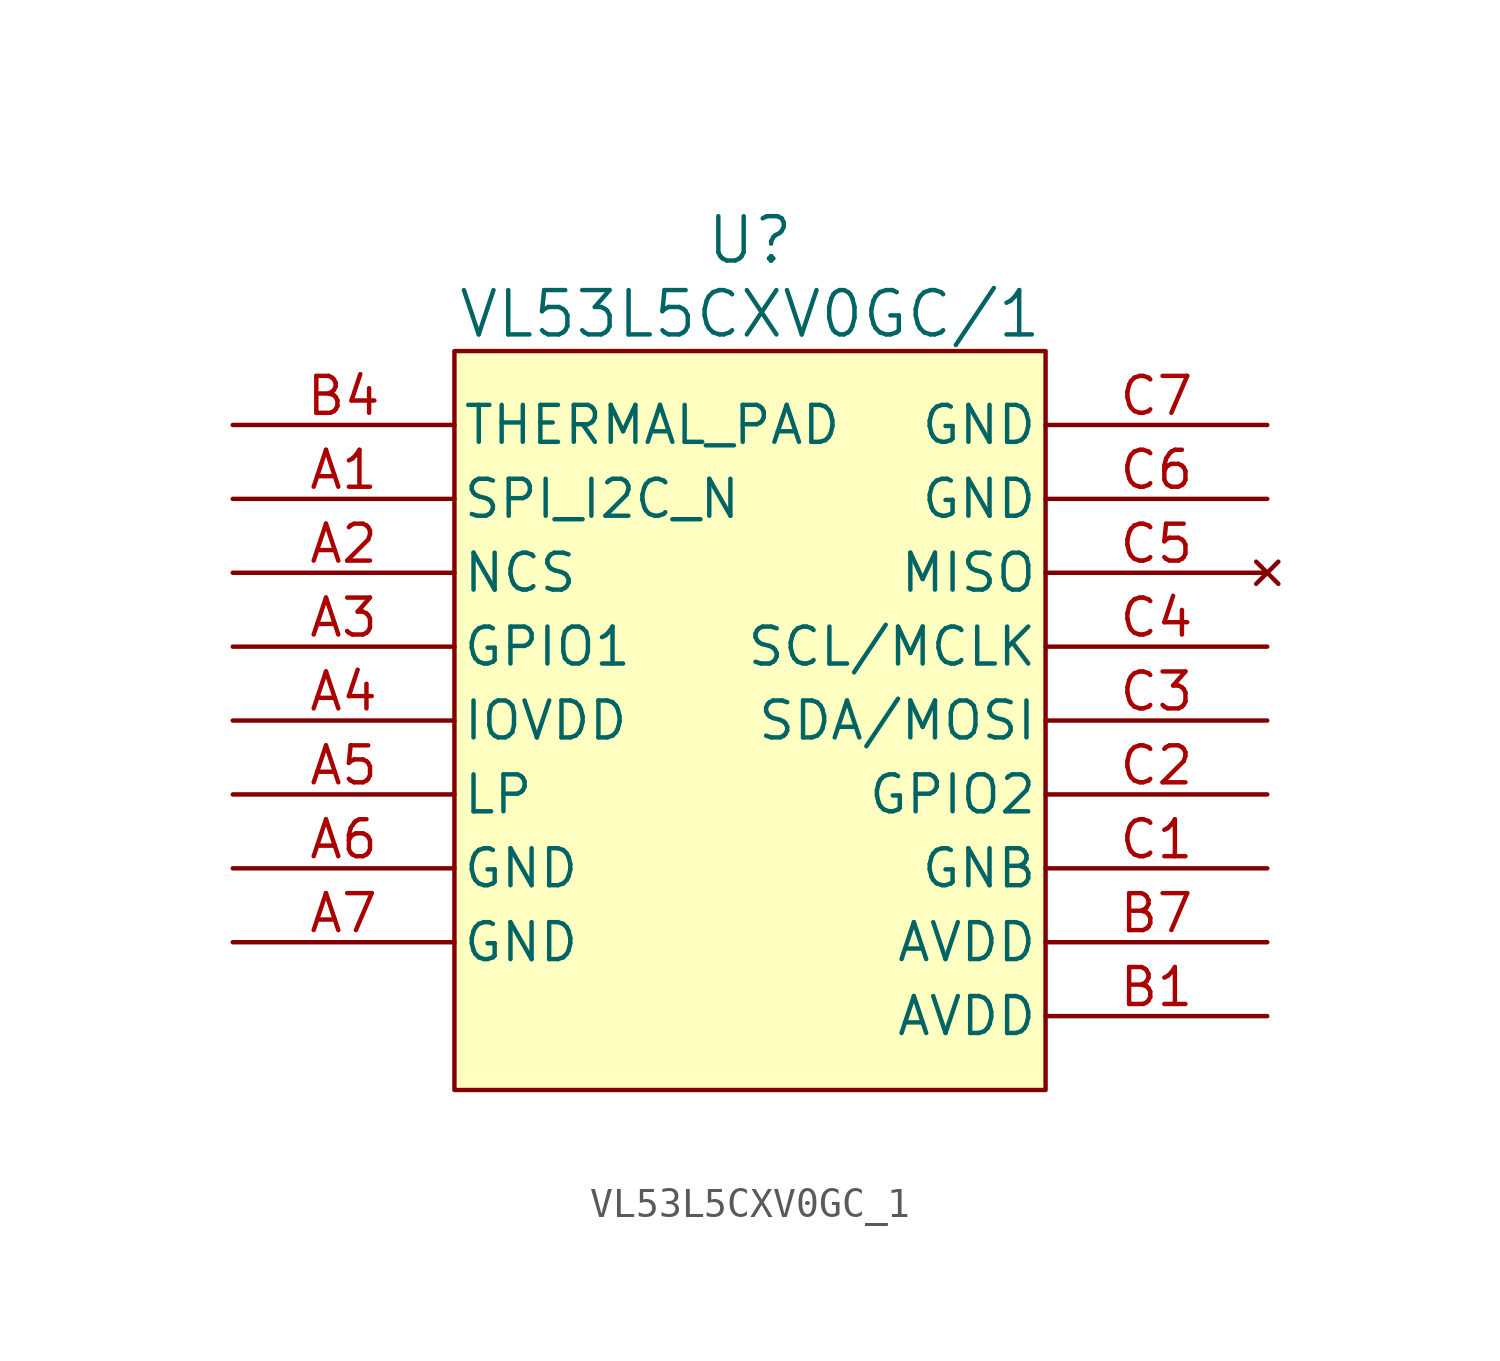
<source format=kicad_sym>
(kicad_symbol_lib
  (version 20211014)
  (generator kicad_symbol_editor)
  (symbol "VL53L5CXV0GC_1"
    (pin_names
      (offset 0.254))
    (property "Reference" "U"
      (at 17.78 6.35 0)
      (effects (font (size 1.524 1.524))))
    (property "Value" "VL53L5CXV0GC/1"
      (at 17.78 3.81 0)
      (effects (font (size 1.524 1.524))))
    (property "ki_locked" ""
      (at 0 0 0)
      (effects (font (size 1.27 1.27))))
    (symbol "VL53L5CXV0GC_1_0_1"
      (rectangle (start 7.62 2.54) (end 27.94 -22.86) (stroke (width 0) (type default) (color 0 0 0 0)) (fill (type background)))
      (pin unspecified line (at 0 -2.54 0) (length 7.62) (name "SPI_I2C_N" (effects (font (size 1.27 1.27)))) (number "A1" (effects (font (size 1.27 1.27)))))
      (pin unspecified line (at 0 -5.08 0) (length 7.62) (name "NCS" (effects (font (size 1.27 1.27)))) (number "A2" (effects (font (size 1.27 1.27)))))
      (pin bidirectional line (at 0 -7.62 0) (length 7.62) (name "GPIO1" (effects (font (size 1.27 1.27)))) (number "A3" (effects (font (size 1.27 1.27)))))
      (pin power_in line (at 0 -10.16 0) (length 7.62) (name "IOVDD" (effects (font (size 1.27 1.27)))) (number "A4" (effects (font (size 1.27 1.27)))))
      (pin unspecified line (at 0 -12.7 0) (length 7.62) (name "LP" (effects (font (size 1.27 1.27)))) (number "A5" (effects (font (size 1.27 1.27)))))
      (pin power_out line (at 0 -15.24 0) (length 7.62) (name "GND" (effects (font (size 1.27 1.27)))) (number "A6" (effects (font (size 1.27 1.27)))))
      (pin power_out line (at 0 -17.78 0) (length 7.62) (name "GND" (effects (font (size 1.27 1.27)))) (number "A7" (effects (font (size 1.27 1.27)))))
      (pin power_in line (at 35.56 -20.32 180) (length 7.62) (name "AVDD" (effects (font (size 1.27 1.27)))) (number "B1" (effects (font (size 1.27 1.27)))))
      (pin unspecified line (at 0 0 0) (length 7.62) (name "THERMAL_PAD" (effects (font (size 1.27 1.27)))) (number "B4" (effects (font (size 1.27 1.27)))))
      (pin power_in line (at 35.56 -17.78 180) (length 7.62) (name "AVDD" (effects (font (size 1.27 1.27)))) (number "B7" (effects (font (size 1.27 1.27)))))
      (pin unspecified line (at 35.56 -15.24 180) (length 7.62) (name "GNB" (effects (font (size 1.27 1.27)))) (number "C1" (effects (font (size 1.27 1.27)))))
      (pin bidirectional line (at 35.56 -12.7 180) (length 7.62) (name "GPIO2" (effects (font (size 1.27 1.27)))) (number "C2" (effects (font (size 1.27 1.27)))))
      (pin unspecified line (at 35.56 -10.16 180) (length 7.62) (name "SDA/MOSI" (effects (font (size 1.27 1.27)))) (number "C3" (effects (font (size 1.27 1.27)))))
      (pin unspecified line (at 35.56 -7.62 180) (length 7.62) (name "SCL/MCLK" (effects (font (size 1.27 1.27)))) (number "C4" (effects (font (size 1.27 1.27)))))
      (pin no_connect line (at 35.56 -5.08 180) (length 7.62) (name "MISO" (effects (font (size 1.27 1.27)))) (number "C5" (effects (font (size 1.27 1.27)))))
      (pin power_out line (at 35.56 -2.54 180) (length 7.62) (name "GND" (effects (font (size 1.27 1.27)))) (number "C6" (effects (font (size 1.27 1.27)))))
      (pin power_out line (at 35.56 0 180) (length 7.62) (name "GND" (effects (font (size 1.27 1.27)))) (number "C7" (effects (font (size 1.27 1.27))))))))
</source>
